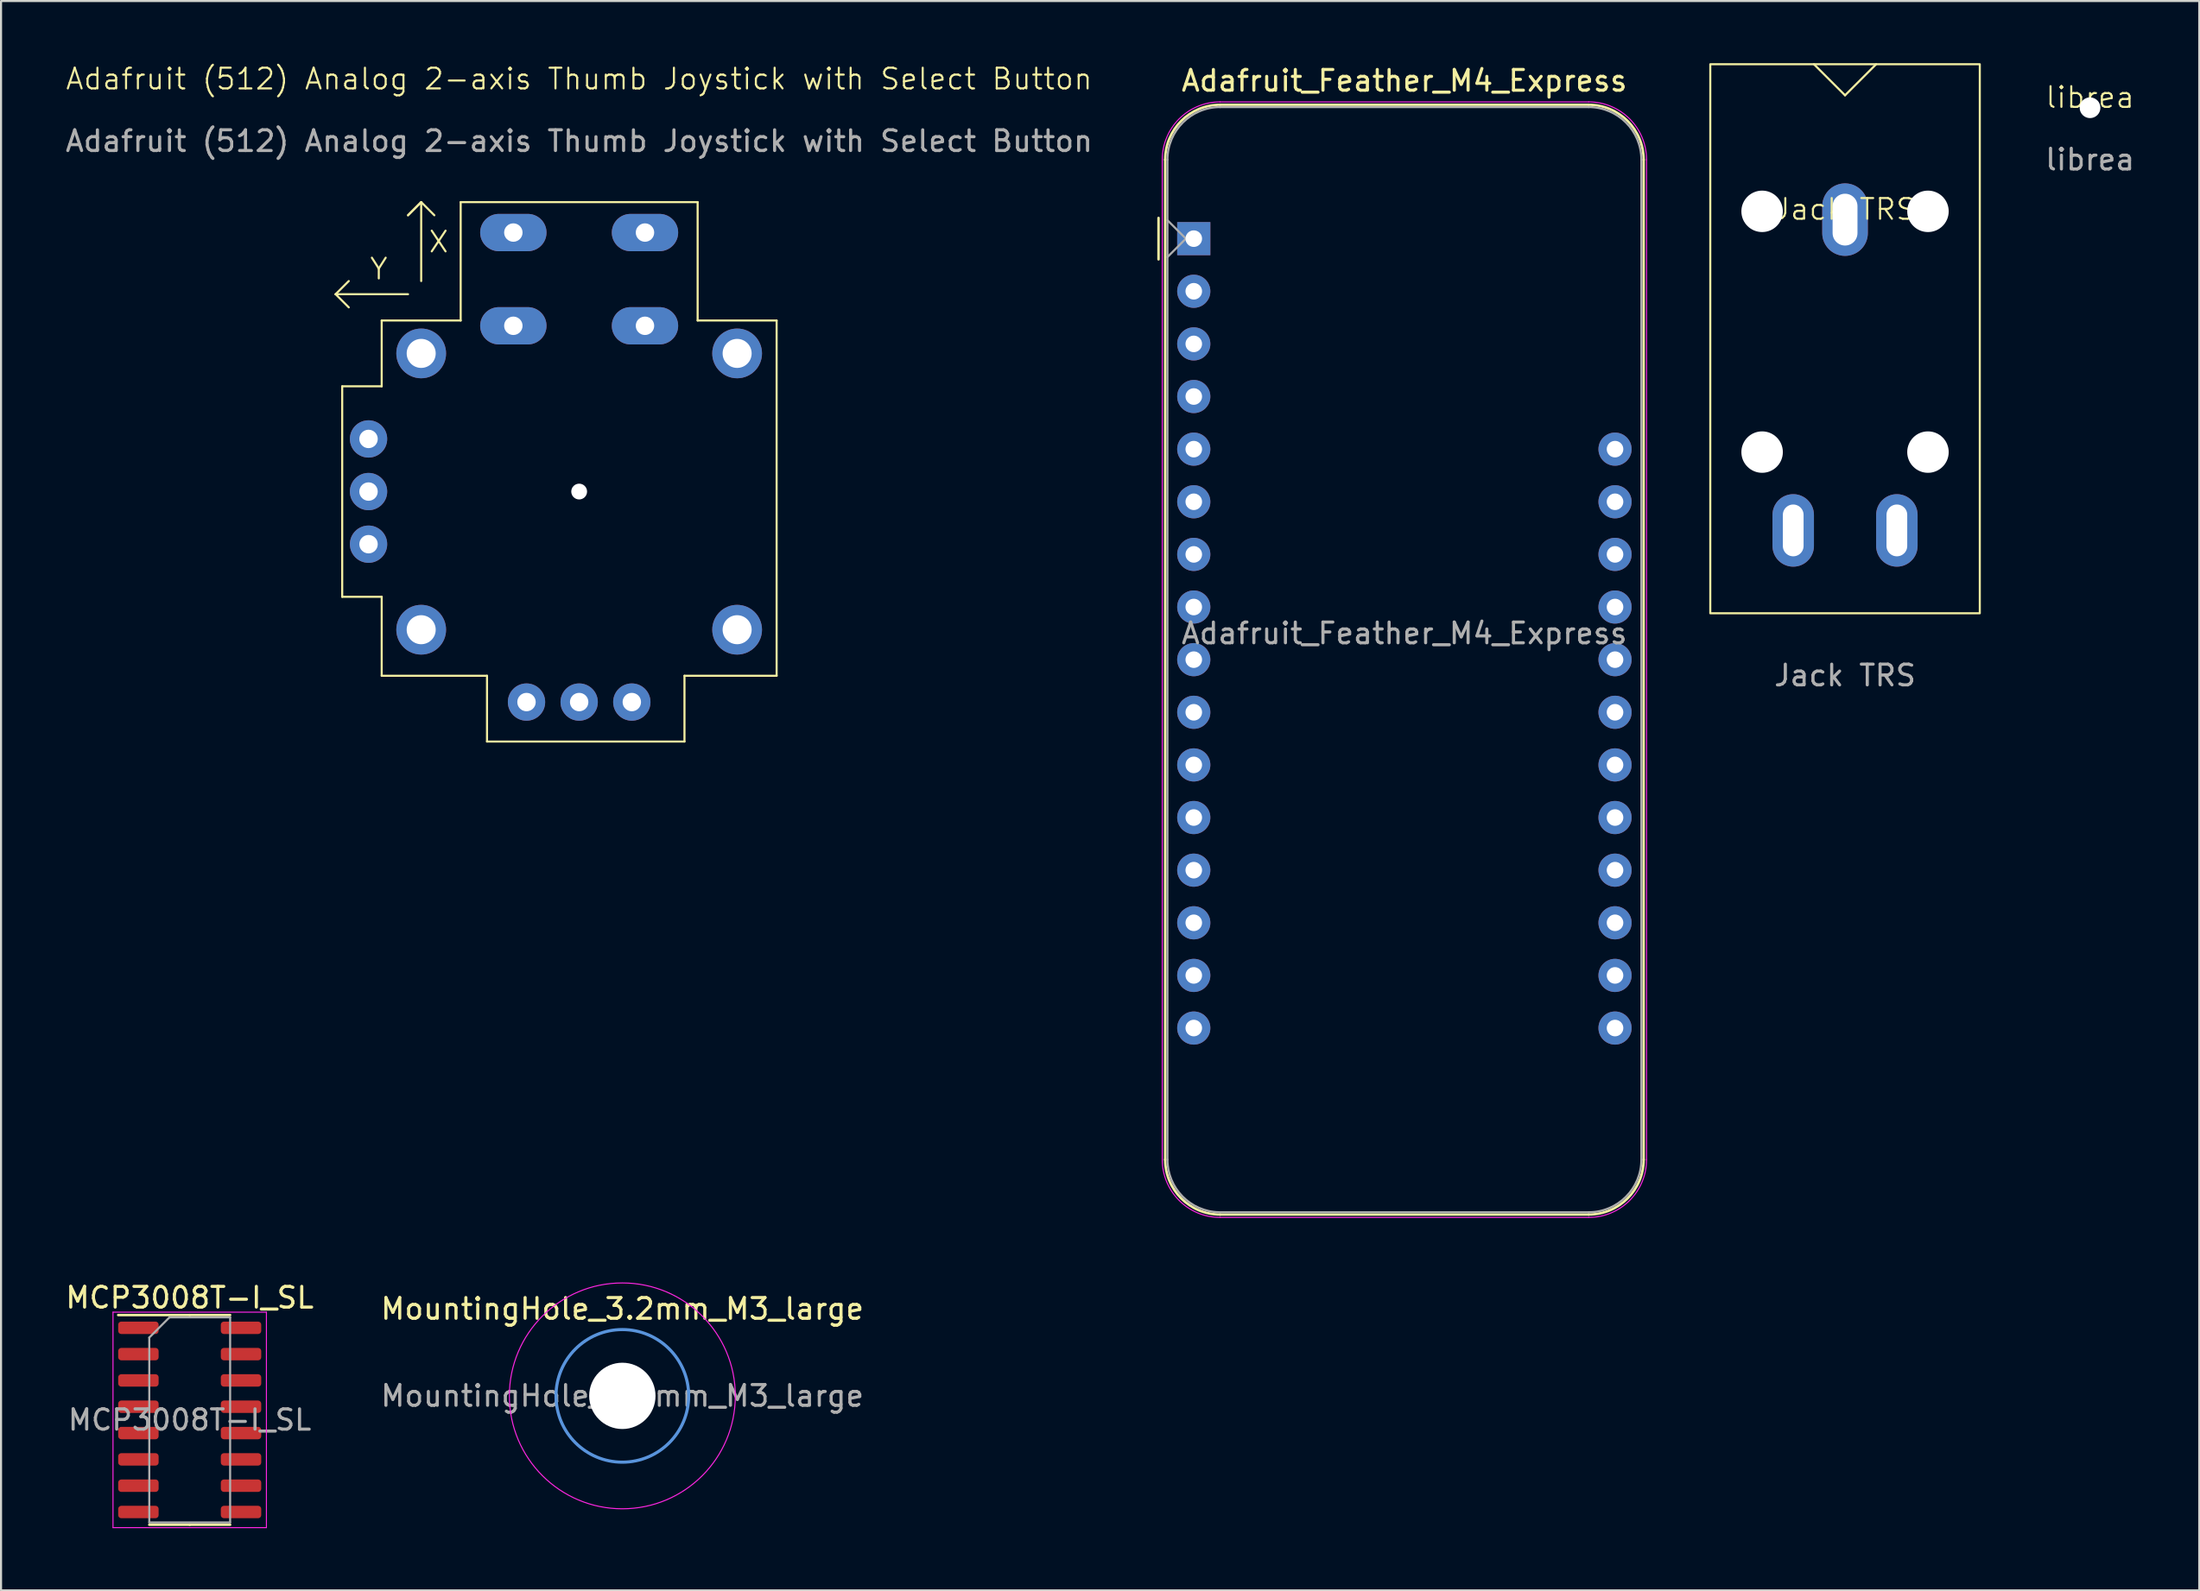
<source format=kicad_pcb>
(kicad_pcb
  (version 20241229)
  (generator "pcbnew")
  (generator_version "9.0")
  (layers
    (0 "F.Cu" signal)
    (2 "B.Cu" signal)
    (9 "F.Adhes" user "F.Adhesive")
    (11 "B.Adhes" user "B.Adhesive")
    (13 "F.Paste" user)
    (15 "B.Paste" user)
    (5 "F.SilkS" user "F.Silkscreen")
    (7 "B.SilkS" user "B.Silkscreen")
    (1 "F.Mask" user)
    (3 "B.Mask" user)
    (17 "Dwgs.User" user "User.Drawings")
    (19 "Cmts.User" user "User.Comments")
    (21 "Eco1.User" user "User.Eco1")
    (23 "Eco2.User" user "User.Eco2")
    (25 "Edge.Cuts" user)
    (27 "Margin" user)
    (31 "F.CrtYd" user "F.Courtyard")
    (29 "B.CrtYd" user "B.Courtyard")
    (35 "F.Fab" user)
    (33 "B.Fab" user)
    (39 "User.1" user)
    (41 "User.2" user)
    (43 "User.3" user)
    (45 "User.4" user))
  (footprint "MCP3008T-I_SL"
    (layer "F.Cu")
    (at 6.101 65.481)
    (property "Reference" "MCP3008T-I_SL" (at 0 -5.9 0) (layer "F.SilkS") (effects (font (size 1 1) (thickness 0.15))))
    (attr smd)
    (fp_line (start 0 -5.06) (end -3.45 -5.06) (stroke (width 0.12) (type solid)) (layer "F.SilkS"))
    (fp_line (start 0 -5.06) (end 1.95 -5.06) (stroke (width 0.12) (type solid)) (layer "F.SilkS"))
    (fp_line (start 0 5.06) (end -1.95 5.06) (stroke (width 0.12) (type solid)) (layer "F.SilkS"))
    (fp_line (start 0 5.06) (end 1.95 5.06) (stroke (width 0.12) (type solid)) (layer "F.SilkS"))
    (fp_line (start -3.7 -5.2) (end -3.7 5.2) (stroke (width 0.05) (type solid)) (layer "F.CrtYd"))
    (fp_line (start -3.7 5.2) (end 3.7 5.2) (stroke (width 0.05) (type solid)) (layer "F.CrtYd"))
    (fp_line (start 3.7 -5.2) (end -3.7 -5.2) (stroke (width 0.05) (type solid)) (layer "F.CrtYd"))
    (fp_line (start 3.7 5.2) (end 3.7 -5.2) (stroke (width 0.05) (type solid)) (layer "F.CrtYd"))
    (fp_line (start -1.95 -3.975) (end -0.975 -4.95) (stroke (width 0.1) (type solid)) (layer "F.Fab"))
    (fp_line (start -1.95 4.95) (end -1.95 -3.975) (stroke (width 0.1) (type solid)) (layer "F.Fab"))
    (fp_line (start -0.975 -4.95) (end 1.95 -4.95) (stroke (width 0.1) (type solid)) (layer "F.Fab"))
    (fp_line (start 1.95 -4.95) (end 1.95 4.95) (stroke (width 0.1) (type solid)) (layer "F.Fab"))
    (fp_line (start 1.95 4.95) (end -1.95 4.95) (stroke (width 0.1) (type solid)) (layer "F.Fab"))
    (fp_text user "${REFERENCE}" (at 0 0 0) (layer "F.Fab") (effects (font (size 0.98 0.98) (thickness 0.15))))
    (pad "1" smd roundrect (at -2.475 -4.445) (size 1.95 0.6) (layers "F.Cu" "F.Mask" "F.Paste") (roundrect_rratio 0.25))
    (pad "2" smd roundrect (at -2.475 -3.175) (size 1.95 0.6) (layers "F.Cu" "F.Mask" "F.Paste") (roundrect_rratio 0.25))
    (pad "3" smd roundrect (at -2.475 -1.905) (size 1.95 0.6) (layers "F.Cu" "F.Mask" "F.Paste") (roundrect_rratio 0.25))
    (pad "4" smd roundrect (at -2.475 -0.635) (size 1.95 0.6) (layers "F.Cu" "F.Mask" "F.Paste") (roundrect_rratio 0.25))
    (pad "5" smd roundrect (at -2.475 0.635) (size 1.95 0.6) (layers "F.Cu" "F.Mask" "F.Paste") (roundrect_rratio 0.25))
    (pad "6" smd roundrect (at -2.475 1.905) (size 1.95 0.6) (layers "F.Cu" "F.Mask" "F.Paste") (roundrect_rratio 0.25))
    (pad "7" smd roundrect (at -2.475 3.175) (size 1.95 0.6) (layers "F.Cu" "F.Mask" "F.Paste") (roundrect_rratio 0.25))
    (pad "8" smd roundrect (at -2.475 4.445) (size 1.95 0.6) (layers "F.Cu" "F.Mask" "F.Paste") (roundrect_rratio 0.25))
    (pad "9" smd roundrect (at 2.475 4.445) (size 1.95 0.6) (layers "F.Cu" "F.Mask" "F.Paste") (roundrect_rratio 0.25))
    (pad "10" smd roundrect (at 2.475 3.175) (size 1.95 0.6) (layers "F.Cu" "F.Mask" "F.Paste") (roundrect_rratio 0.25))
    (pad "11" smd roundrect (at 2.475 1.905) (size 1.95 0.6) (layers "F.Cu" "F.Mask" "F.Paste") (roundrect_rratio 0.25))
    (pad "12" smd roundrect (at 2.475 0.635) (size 1.95 0.6) (layers "F.Cu" "F.Mask" "F.Paste") (roundrect_rratio 0.25))
    (pad "13" smd roundrect (at 2.475 -0.635) (size 1.95 0.6) (layers "F.Cu" "F.Mask" "F.Paste") (roundrect_rratio 0.25))
    (pad "14" smd roundrect (at 2.475 -1.905) (size 1.95 0.6) (layers "F.Cu" "F.Mask" "F.Paste") (roundrect_rratio 0.25))
    (pad "15" smd roundrect (at 2.475 -3.175) (size 1.95 0.6) (layers "F.Cu" "F.Mask" "F.Paste") (roundrect_rratio 0.25))
    (pad "16" smd roundrect (at 2.475 -4.445) (size 1.95 0.6) (layers "F.Cu" "F.Mask" "F.Paste") (roundrect_rratio 0.25)))
  (footprint "Jack TRS"
    (layer "F.Cu")
    (at 85.949 7.55)
    (property "Reference" "Jack TRS" (at 0 -0.5 0) (unlocked yes) (layer "F.SilkS") (effects (font (size 1 1) (thickness 0.1))))
    (attr through_hole)
    (fp_line (start 0 -6) (end -1.5 -7.5) (stroke (width 0.1) (type default)) (layer "F.SilkS"))
    (fp_line (start 0 -6) (end 1.5 -7.5) (stroke (width 0.1) (type default)) (layer "F.SilkS"))
    (fp_rect (start -6.5 -7.5) (end 6.5 19) (stroke (width 0.1) (type default)) (fill no) (layer "F.SilkS"))
    (fp_text user "${REFERENCE}" (at 0 22 0) (unlocked yes) (layer "F.Fab") (effects (font (size 1 1) (thickness 0.15))))
    (pad "" np_thru_hole circle (at -4 -0.4) (size 2 2) (drill 2) (layers "*.Cu" "*.Mask"))
    (pad "" np_thru_hole circle (at -4 11.22) (size 2 2) (drill 2) (layers "*.Cu" "*.Mask"))
    (pad "" np_thru_hole circle (at 4 -0.4) (size 2 2) (drill 2) (layers "*.Cu" "*.Mask"))
    (pad "" np_thru_hole circle (at 4 11.22) (size 2 2) (drill 2) (layers "*.Cu" "*.Mask"))
    (pad "R" thru_hole oval (at -2.5 15) (size 2 3.5) (drill oval 1 2.5) (layers "*.Cu" "*.Mask"))
    (pad "S" thru_hole oval (at 0 0) (size 2.2 3.5) (drill oval 1.2 2.5) (layers "*.Cu" "*.Mask"))
    (pad "T" thru_hole oval (at 2.5 15) (size 2 3.5) (drill oval 1 2.5) (layers "*.Cu" "*.Mask")))
  (footprint "MountingHole_3.2mm_M3_large"
    (layer "F.Cu")
    (at 26.97 64.321)
    (property "Reference" "MountingHole_3.2mm_M3_large" (at 0 -4.2 0) (layer "F.SilkS") (effects (font (size 1 1) (thickness 0.15))))
    (attr exclude_from_pos_files exclude_from_bom)
    (fp_circle (center 0 0) (end 3.2 0) (stroke (width 0.15) (type solid)) (fill no) (layer "Cmts.User"))
    (fp_circle (center 0 0) (end 5.45 0) (stroke (width 0.05) (type solid)) (fill no) (layer "F.CrtYd"))
    (fp_text user "${REFERENCE}" (at 0 0 0) (layer "F.Fab") (effects (font (size 1 1) (thickness 0.15))))
    (pad "" np_thru_hole circle (at 0 0) (size 3.2 3.2) (drill 3.2) (layers "*.Cu" "*.Mask"))
    (zone (net_name "") (layers "F.Cu" "B.Cu") (hatch edge 0.5) (connect_pads) (min_thickness 0.25) (filled_areas_thickness no) (keepout (tracks not_allowed) (vias not_allowed) (pads allowed) (copperpour not_allowed) (footprints not_allowed)) (placement (enabled no)) (fill) (polygon (pts (xy 24.43 58.733) (xy 29.51 58.733) (xy 32.558 61.781) (xy 32.558 66.861) (xy 29.51 69.909) (xy 24.43 69.909) (xy 21.382 66.861) (xy 21.382 61.781)))))
  (footprint "Adafruit (512) Analog 2-axis Thumb Joystick with Select Button"
    (layer "F.Cu")
    (at 24.887 20.675)
    (property "Reference" "Adafruit (512) Analog 2-axis Thumb Joystick with Select Button" (at 0 -19.915 0) (unlocked yes) (layer "F.SilkS") (effects (font (size 1 1) (thickness 0.1))))
    (attr through_hole)
    (fp_line (start -11.748 -9.525) (end -11.113 -10.16) (stroke (width 0.1) (type default)) (layer "F.SilkS"))
    (fp_line (start -11.748 -9.525) (end -11.113 -8.89) (stroke (width 0.1) (type default)) (layer "F.SilkS"))
    (fp_line (start -11.43 -5.08) (end -9.525 -5.08) (stroke (width 0.1) (type default)) (layer "F.SilkS"))
    (fp_line (start -11.43 5.08) (end -11.43 -5.08) (stroke (width 0.1) (type default)) (layer "F.SilkS"))
    (fp_line (start -9.525 -8.255) (end -5.715 -8.255) (stroke (width 0.1) (type default)) (layer "F.SilkS"))
    (fp_line (start -9.525 -5.08) (end -9.525 -8.255) (stroke (width 0.1) (type default)) (layer "F.SilkS"))
    (fp_line (start -9.525 5.08) (end -11.43 5.08) (stroke (width 0.1) (type default)) (layer "F.SilkS"))
    (fp_line (start -9.525 8.89) (end -9.525 5.08) (stroke (width 0.1) (type default)) (layer "F.SilkS"))
    (fp_line (start -8.255 -13.335) (end -7.62 -13.97) (stroke (width 0.1) (type default)) (layer "F.SilkS"))
    (fp_line (start -8.255 -9.525) (end -11.748 -9.525) (stroke (width 0.1) (type default)) (layer "F.SilkS"))
    (fp_line (start -7.62 -13.97) (end -8.255 -13.335) (stroke (width 0.1) (type default)) (layer "F.SilkS"))
    (fp_line (start -7.62 -13.97) (end -6.985 -13.335) (stroke (width 0.1) (type default)) (layer "F.SilkS"))
    (fp_line (start -7.62 -10.16) (end -7.62 -13.97) (stroke (width 0.1) (type default)) (layer "F.SilkS"))
    (fp_line (start -5.715 -13.97) (end 5.715 -13.97) (stroke (width 0.1) (type default)) (layer "F.SilkS"))
    (fp_line (start -5.715 -8.255) (end -5.715 -13.97) (stroke (width 0.1) (type default)) (layer "F.SilkS"))
    (fp_line (start -4.445 8.89) (end -9.525 8.89) (stroke (width 0.1) (type default)) (layer "F.SilkS"))
    (fp_line (start -4.445 12.065) (end -4.445 8.89) (stroke (width 0.1) (type default)) (layer "F.SilkS"))
    (fp_line (start 5.08 8.89) (end 5.08 12.065) (stroke (width 0.1) (type default)) (layer "F.SilkS"))
    (fp_line (start 5.08 12.065) (end -4.445 12.065) (stroke (width 0.1) (type default)) (layer "F.SilkS"))
    (fp_line (start 5.715 -13.97) (end 5.715 -8.255) (stroke (width 0.1) (type default)) (layer "F.SilkS"))
    (fp_line (start 5.715 -8.255) (end 9.525 -8.255) (stroke (width 0.1) (type default)) (layer "F.SilkS"))
    (fp_line (start 9.525 -8.255) (end 9.525 8.89) (stroke (width 0.1) (type default)) (layer "F.SilkS"))
    (fp_line (start 9.525 8.89) (end 5.08 8.89) (stroke (width 0.1) (type default)) (layer "F.SilkS"))
    (fp_text user "X" (at -7.32 -11.465 0) (unlocked yes) (layer "F.SilkS") (effects (font (size 1 1) (thickness 0.1)) (justify left bottom)))
    (fp_text user "Y" (at -10.16 -10.16 0) (unlocked yes) (layer "F.SilkS") (effects (font (size 1 1) (thickness 0.1)) (justify left bottom)))
    (fp_text user "${REFERENCE}" (at 0 -16.915 0) (unlocked yes) (layer "F.Fab") (effects (font (size 1 1) (thickness 0.15))))
    (pad "" thru_hole circle (at -7.62 -6.668) (size 2.4 2.4) (drill 1.4) (layers "*.Cu" "*.Mask"))
    (pad "" thru_hole circle (at -7.62 6.668) (size 2.4 2.4) (drill 1.4) (layers "*.Cu" "*.Mask"))
    (pad "" np_thru_hole circle (at 0 0) (size 0.762 0.762) (drill 0.762) (layers "*.Cu" "*.Mask"))
    (pad "" thru_hole oval (at 3.175 -12.501) (size 3.2 1.8) (drill 0.889) (layers "*.Cu" "*.Mask"))
    (pad "" thru_hole oval (at 3.175 -8.001) (size 3.2 1.8) (drill 0.889) (layers "*.Cu" "*.Mask"))
    (pad "" thru_hole circle (at 7.62 -6.668) (size 2.4 2.4) (drill 1.4) (layers "*.Cu" "*.Mask"))
    (pad "" thru_hole circle (at 7.62 6.668) (size 2.4 2.4) (drill 1.4) (layers "*.Cu" "*.Mask"))
    (pad "0" thru_hole circle (at -10.16 2.54) (size 1.8 1.8) (drill 0.889) (layers "*.Cu" "*.Mask"))
    (pad "1" thru_hole circle (at -10.16 0) (size 1.8 1.8) (drill 0.889) (layers "*.Cu" "*.Mask"))
    (pad "2" thru_hole circle (at -10.16 -2.54) (size 1.8 1.8) (drill 0.889) (layers "*.Cu" "*.Mask"))
    (pad "3" thru_hole circle (at 2.54 10.16) (size 1.8 1.8) (drill 0.889) (layers "*.Cu" "*.Mask"))
    (pad "4" thru_hole circle (at 0 10.16) (size 1.8 1.8) (drill 0.889) (layers "*.Cu" "*.Mask"))
    (pad "5" thru_hole circle (at -2.54 10.16) (size 1.8 1.8) (drill 0.889) (layers "*.Cu" "*.Mask"))
    (pad "6" thru_hole oval (at -3.175 -8.001) (size 3.2 1.8) (drill 0.889) (layers "*.Cu" "*.Mask"))
    (pad "7" thru_hole oval (at -3.175 -12.501) (size 3.2 1.8) (drill 0.889) (layers "*.Cu" "*.Mask")))
  (footprint "librea"
    (layer "F.Cu")
    (at 97.767 2.15)
    (property "Reference" "librea" (at 0 -0.5 0) (unlocked yes) (layer "F.SilkS") (effects (font (size 1 1) (thickness 0.1))))
    (attr smd)
    (fp_text user "${REFERENCE}" (at 0 2.5 0) (unlocked yes) (layer "F.Fab") (effects (font (size 1 1) (thickness 0.15))))
    (pad "" np_thru_hole circle (at 0 0) (size 1 1) (drill 4.3) (layers "*.Cu" "*.Mask")))
  (footprint "Adafruit_Feather_M4_Express"
    (layer "F.Cu")
    (at 54.534 8.468)
    (property "Reference" "Adafruit_Feather_M4_Express" (at 10.16 -7.62 0) (layer "F.SilkS") (effects (font (size 1 1) (thickness 0.15))))
    (attr through_hole)
    (fp_line (start -1.7 1) (end -1.7 -1) (stroke (width 0.12) (type solid)) (layer "F.SilkS"))
    (fp_line (start -1.38 -3.81) (end -1.38 44.45) (stroke (width 0.12) (type solid)) (layer "F.SilkS"))
    (fp_line (start 19.05 -6.46) (end 1.27 -6.46) (stroke (width 0.12) (type solid)) (layer "F.SilkS"))
    (fp_line (start 19.05 47.1) (end 1.27 47.1) (stroke (width 0.12) (type solid)) (layer "F.SilkS"))
    (fp_line (start 21.7 -3.81) (end 21.7 44.45) (stroke (width 0.12) (type solid)) (layer "F.SilkS"))
    (fp_arc (start -1.38 -3.81) (mid -0.603833 -5.683833) (end 1.27 -6.46) (stroke (width 0.12) (type solid)) (layer "F.SilkS"))
    (fp_arc (start 1.27 47.1) (mid -0.603833 46.323833) (end -1.38 44.45) (stroke (width 0.12) (type solid)) (layer "F.SilkS"))
    (fp_arc (start 19.05 -6.46) (mid 20.923833 -5.683833) (end 21.7 -3.81) (stroke (width 0.12) (type solid)) (layer "F.SilkS"))
    (fp_arc (start 21.7 44.45) (mid 20.923833 46.323833) (end 19.05 47.1) (stroke (width 0.12) (type solid)) (layer "F.SilkS"))
    (fp_line (start -1.52 44.45) (end -1.52 -3.81) (stroke (width 0.05) (type solid)) (layer "F.CrtYd"))
    (fp_line (start 19.05 -6.6) (end 1.27 -6.6) (stroke (width 0.05) (type solid)) (layer "F.CrtYd"))
    (fp_line (start 19.05 47.24) (end 1.27 47.24) (stroke (width 0.05) (type solid)) (layer "F.CrtYd"))
    (fp_line (start 21.84 44.45) (end 21.84 -3.81) (stroke (width 0.05) (type solid)) (layer "F.CrtYd"))
    (fp_arc (start -1.52 -3.81) (mid -0.702828 -5.782828) (end 1.27 -6.6) (stroke (width 0.05) (type solid)) (layer "F.CrtYd"))
    (fp_arc (start 1.27 47.24) (mid -0.702828 46.422828) (end -1.52 44.45) (stroke (width 0.05) (type solid)) (layer "F.CrtYd"))
    (fp_arc (start 19.05 -6.6) (mid 21.022828 -5.782828) (end 21.84 -3.81) (stroke (width 0.05) (type solid)) (layer "F.CrtYd"))
    (fp_arc (start 21.84 44.45) (mid 21.022828 46.422828) (end 19.05 47.24) (stroke (width 0.05) (type solid)) (layer "F.CrtYd"))
    (fp_line (start -1.27 -3.81) (end -1.27 44.45) (stroke (width 0.1) (type solid)) (layer "F.Fab"))
    (fp_line (start -1.27 -0.889) (end -0.381 0) (stroke (width 0.1) (type solid)) (layer "F.Fab"))
    (fp_line (start -0.381 0) (end -1.27 0.889) (stroke (width 0.1) (type solid)) (layer "F.Fab"))
    (fp_line (start 1.27 46.99) (end 19.05 46.99) (stroke (width 0.1) (type solid)) (layer "F.Fab"))
    (fp_line (start 19.05 -6.35) (end 1.27 -6.35) (stroke (width 0.1) (type solid)) (layer "F.Fab"))
    (fp_line (start 21.59 44.45) (end 21.59 -3.81) (stroke (width 0.1) (type solid)) (layer "F.Fab"))
    (fp_arc (start -1.27 -3.81) (mid -0.526051 -5.606051) (end 1.27 -6.35) (stroke (width 0.1) (type solid)) (layer "F.Fab"))
    (fp_arc (start 1.221238 46.989532) (mid -0.543209 46.228728) (end -1.27 44.45) (stroke (width 0.1) (type solid)) (layer "F.Fab"))
    (fp_arc (start 19.05 -6.35) (mid 20.846051 -5.606051) (end 21.59 -3.81) (stroke (width 0.1) (type solid)) (layer "F.Fab"))
    (fp_arc (start 21.59 44.45) (mid 20.846051 46.246051) (end 19.05 46.99) (stroke (width 0.1) (type solid)) (layer "F.Fab"))
    (fp_text user "${REFERENCE}" (at 10.16 19.05 180) (layer "F.Fab") (effects (font (size 1 1) (thickness 0.15))))
    (pad "1" thru_hole rect (at 0 0 180) (size 1.6 1.6) (drill 0.8) (layers "*.Cu" "*.Mask"))
    (pad "2" thru_hole circle (at 0 2.54 180) (size 1.6 1.6) (drill 0.8) (layers "*.Cu" "*.Mask"))
    (pad "3" thru_hole circle (at 0 5.08 180) (size 1.6 1.6) (drill 0.8) (layers "*.Cu" "*.Mask"))
    (pad "4" thru_hole circle (at 0 7.62 180) (size 1.6 1.6) (drill 0.8) (layers "*.Cu" "*.Mask"))
    (pad "5" thru_hole circle (at 0 10.16 180) (size 1.6 1.6) (drill 0.8) (layers "*.Cu" "*.Mask"))
    (pad "6" thru_hole circle (at 0 12.7 180) (size 1.6 1.6) (drill 0.8) (layers "*.Cu" "*.Mask"))
    (pad "7" thru_hole circle (at 0 15.24 180) (size 1.6 1.6) (drill 0.8) (layers "*.Cu" "*.Mask"))
    (pad "8" thru_hole circle (at 0 17.78 180) (size 1.6 1.6) (drill 0.8) (layers "*.Cu" "*.Mask"))
    (pad "9" thru_hole circle (at 0 20.32 180) (size 1.6 1.6) (drill 0.8) (layers "*.Cu" "*.Mask"))
    (pad "10" thru_hole circle (at 0 22.86 180) (size 1.6 1.6) (drill 0.8) (layers "*.Cu" "*.Mask"))
    (pad "11" thru_hole circle (at 0 25.4 180) (size 1.6 1.6) (drill 0.8) (layers "*.Cu" "*.Mask"))
    (pad "12" thru_hole circle (at 0 27.94 180) (size 1.6 1.6) (drill 0.8) (layers "*.Cu" "*.Mask"))
    (pad "13" thru_hole circle (at 0 30.48 180) (size 1.6 1.6) (drill 0.8) (layers "*.Cu" "*.Mask"))
    (pad "14" thru_hole circle (at 0 33.02 180) (size 1.6 1.6) (drill 0.8) (layers "*.Cu" "*.Mask"))
    (pad "15" thru_hole circle (at 0 35.56 180) (size 1.6 1.6) (drill 0.8) (layers "*.Cu" "*.Mask"))
    (pad "16" thru_hole circle (at 0 38.1 180) (size 1.6 1.6) (drill 0.8) (layers "*.Cu" "*.Mask"))
    (pad "17" thru_hole circle (at 20.32 38.1 180) (size 1.6 1.6) (drill 0.8) (layers "*.Cu" "*.Mask"))
    (pad "18" thru_hole circle (at 20.32 35.56 180) (size 1.6 1.6) (drill 0.8) (layers "*.Cu" "*.Mask"))
    (pad "19" thru_hole circle (at 20.32 33.02 180) (size 1.6 1.6) (drill 0.8) (layers "*.Cu" "*.Mask"))
    (pad "20" thru_hole circle (at 20.32 30.48 180) (size 1.6 1.6) (drill 0.8) (layers "*.Cu" "*.Mask"))
    (pad "21" thru_hole circle (at 20.32 27.94 180) (size 1.6 1.6) (drill 0.8) (layers "*.Cu" "*.Mask"))
    (pad "22" thru_hole circle (at 20.32 25.4 180) (size 1.6 1.6) (drill 0.8) (layers "*.Cu" "*.Mask"))
    (pad "23" thru_hole circle (at 20.32 22.86 180) (size 1.6 1.6) (drill 0.8) (layers "*.Cu" "*.Mask"))
    (pad "24" thru_hole circle (at 20.32 20.32 180) (size 1.6 1.6) (drill 0.8) (layers "*.Cu" "*.Mask"))
    (pad "25" thru_hole circle (at 20.32 17.78 180) (size 1.6 1.6) (drill 0.8) (layers "*.Cu" "*.Mask"))
    (pad "26" thru_hole circle (at 20.32 15.24 180) (size 1.6 1.6) (drill 0.8) (layers "*.Cu" "*.Mask"))
    (pad "27" thru_hole circle (at 20.32 12.7 180) (size 1.6 1.6) (drill 0.8) (layers "*.Cu" "*.Mask"))
    (pad "28" thru_hole circle (at 20.32 10.16 180) (size 1.6 1.6) (drill 0.8) (layers "*.Cu" "*.Mask")))
  (gr_rect
    (start -3 -3)
    (end 103.035 73.707)
    (stroke (width 0.1) (type default))
    (fill no)
    (layer "Edge.Cuts")))
</source>
